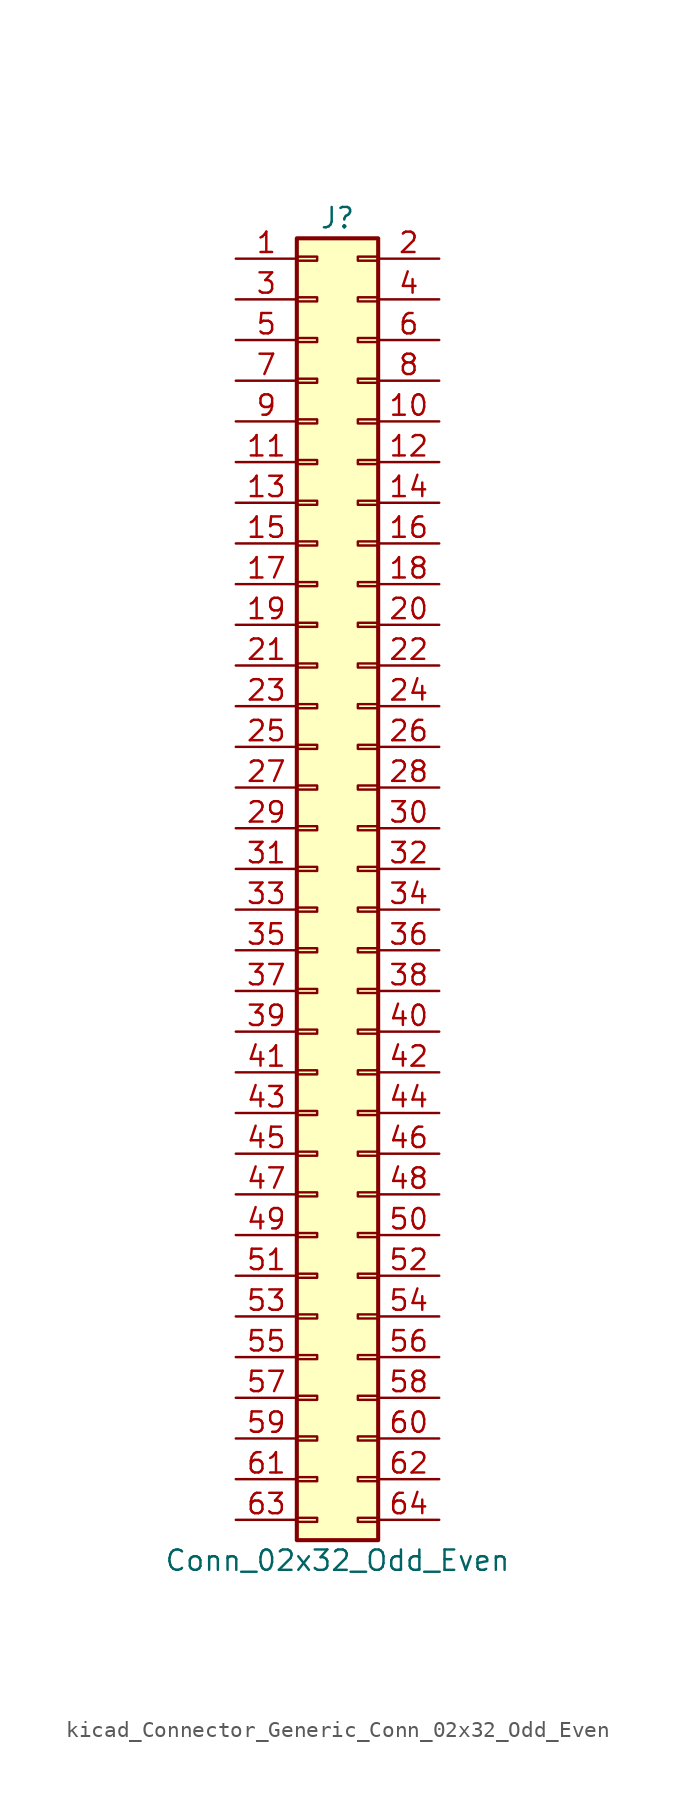
<source format=kicad_sym>
(kicad_symbol_lib
  (version 20220914)
  (generator kicad_symbol_editor)
  (symbol "kicad_Connector_Generic_Conn_02x32_Odd_Even"
    (pin_names
      (offset 1.016) hide)
    (property "Reference" "J"
      (at 1.27 40.64 0)
      (effects (font (size 1.27 1.27))))
    (property "Value" "Conn_02x32_Odd_Even"
      (at 1.27 -43.18 0)
      (effects (font (size 1.27 1.27))))
    (symbol "kicad_Connector_Generic_Conn_02x32_Odd_Even_1_1"
      (rectangle (start -1.27 -40.513) (end 0 -40.767) (stroke (width 0.152) (type default)) (fill (type none)))
      (rectangle (start -1.27 -37.973) (end 0 -38.227) (stroke (width 0.152) (type default)) (fill (type none)))
      (rectangle (start -1.27 -35.433) (end 0 -35.687) (stroke (width 0.152) (type default)) (fill (type none)))
      (rectangle (start -1.27 -32.893) (end 0 -33.147) (stroke (width 0.152) (type default)) (fill (type none)))
      (rectangle (start -1.27 -30.353) (end 0 -30.607) (stroke (width 0.152) (type default)) (fill (type none)))
      (rectangle (start -1.27 -27.813) (end 0 -28.067) (stroke (width 0.152) (type default)) (fill (type none)))
      (rectangle (start -1.27 -25.273) (end 0 -25.527) (stroke (width 0.152) (type default)) (fill (type none)))
      (rectangle (start -1.27 -22.733) (end 0 -22.987) (stroke (width 0.152) (type default)) (fill (type none)))
      (rectangle (start -1.27 -20.193) (end 0 -20.447) (stroke (width 0.152) (type default)) (fill (type none)))
      (rectangle (start -1.27 -17.653) (end 0 -17.907) (stroke (width 0.152) (type default)) (fill (type none)))
      (rectangle (start -1.27 -15.113) (end 0 -15.367) (stroke (width 0.152) (type default)) (fill (type none)))
      (rectangle (start -1.27 -12.573) (end 0 -12.827) (stroke (width 0.152) (type default)) (fill (type none)))
      (rectangle (start -1.27 -10.033) (end 0 -10.287) (stroke (width 0.152) (type default)) (fill (type none)))
      (rectangle (start -1.27 -7.493) (end 0 -7.747) (stroke (width 0.152) (type default)) (fill (type none)))
      (rectangle (start -1.27 -4.953) (end 0 -5.207) (stroke (width 0.152) (type default)) (fill (type none)))
      (rectangle (start -1.27 -2.413) (end 0 -2.667) (stroke (width 0.152) (type default)) (fill (type none)))
      (rectangle (start -1.27 0.127) (end 0 -0.127) (stroke (width 0.152) (type default)) (fill (type none)))
      (rectangle (start -1.27 2.667) (end 0 2.413) (stroke (width 0.152) (type default)) (fill (type none)))
      (rectangle (start -1.27 5.207) (end 0 4.953) (stroke (width 0.152) (type default)) (fill (type none)))
      (rectangle (start -1.27 7.747) (end 0 7.493) (stroke (width 0.152) (type default)) (fill (type none)))
      (rectangle (start -1.27 10.287) (end 0 10.033) (stroke (width 0.152) (type default)) (fill (type none)))
      (rectangle (start -1.27 12.827) (end 0 12.573) (stroke (width 0.152) (type default)) (fill (type none)))
      (rectangle (start -1.27 15.367) (end 0 15.113) (stroke (width 0.152) (type default)) (fill (type none)))
      (rectangle (start -1.27 17.907) (end 0 17.653) (stroke (width 0.152) (type default)) (fill (type none)))
      (rectangle (start -1.27 20.447) (end 0 20.193) (stroke (width 0.152) (type default)) (fill (type none)))
      (rectangle (start -1.27 22.987) (end 0 22.733) (stroke (width 0.152) (type default)) (fill (type none)))
      (rectangle (start -1.27 25.527) (end 0 25.273) (stroke (width 0.152) (type default)) (fill (type none)))
      (rectangle (start -1.27 28.067) (end 0 27.813) (stroke (width 0.152) (type default)) (fill (type none)))
      (rectangle (start -1.27 30.607) (end 0 30.353) (stroke (width 0.152) (type default)) (fill (type none)))
      (rectangle (start -1.27 33.147) (end 0 32.893) (stroke (width 0.152) (type default)) (fill (type none)))
      (rectangle (start -1.27 35.687) (end 0 35.433) (stroke (width 0.152) (type default)) (fill (type none)))
      (rectangle (start -1.27 38.227) (end 0 37.973) (stroke (width 0.152) (type default)) (fill (type none)))
      (rectangle (start -1.27 39.37) (end 3.81 -41.91) (stroke (width 0.254) (type default)) (fill (type background)))
      (rectangle (start 3.81 -40.513) (end 2.54 -40.767) (stroke (width 0.152) (type default)) (fill (type none)))
      (rectangle (start 3.81 -37.973) (end 2.54 -38.227) (stroke (width 0.152) (type default)) (fill (type none)))
      (rectangle (start 3.81 -35.433) (end 2.54 -35.687) (stroke (width 0.152) (type default)) (fill (type none)))
      (rectangle (start 3.81 -32.893) (end 2.54 -33.147) (stroke (width 0.152) (type default)) (fill (type none)))
      (rectangle (start 3.81 -30.353) (end 2.54 -30.607) (stroke (width 0.152) (type default)) (fill (type none)))
      (rectangle (start 3.81 -27.813) (end 2.54 -28.067) (stroke (width 0.152) (type default)) (fill (type none)))
      (rectangle (start 3.81 -25.273) (end 2.54 -25.527) (stroke (width 0.152) (type default)) (fill (type none)))
      (rectangle (start 3.81 -22.733) (end 2.54 -22.987) (stroke (width 0.152) (type default)) (fill (type none)))
      (rectangle (start 3.81 -20.193) (end 2.54 -20.447) (stroke (width 0.152) (type default)) (fill (type none)))
      (rectangle (start 3.81 -17.653) (end 2.54 -17.907) (stroke (width 0.152) (type default)) (fill (type none)))
      (rectangle (start 3.81 -15.113) (end 2.54 -15.367) (stroke (width 0.152) (type default)) (fill (type none)))
      (rectangle (start 3.81 -12.573) (end 2.54 -12.827) (stroke (width 0.152) (type default)) (fill (type none)))
      (rectangle (start 3.81 -10.033) (end 2.54 -10.287) (stroke (width 0.152) (type default)) (fill (type none)))
      (rectangle (start 3.81 -7.493) (end 2.54 -7.747) (stroke (width 0.152) (type default)) (fill (type none)))
      (rectangle (start 3.81 -4.953) (end 2.54 -5.207) (stroke (width 0.152) (type default)) (fill (type none)))
      (rectangle (start 3.81 -2.413) (end 2.54 -2.667) (stroke (width 0.152) (type default)) (fill (type none)))
      (rectangle (start 3.81 0.127) (end 2.54 -0.127) (stroke (width 0.152) (type default)) (fill (type none)))
      (rectangle (start 3.81 2.667) (end 2.54 2.413) (stroke (width 0.152) (type default)) (fill (type none)))
      (rectangle (start 3.81 5.207) (end 2.54 4.953) (stroke (width 0.152) (type default)) (fill (type none)))
      (rectangle (start 3.81 7.747) (end 2.54 7.493) (stroke (width 0.152) (type default)) (fill (type none)))
      (rectangle (start 3.81 10.287) (end 2.54 10.033) (stroke (width 0.152) (type default)) (fill (type none)))
      (rectangle (start 3.81 12.827) (end 2.54 12.573) (stroke (width 0.152) (type default)) (fill (type none)))
      (rectangle (start 3.81 15.367) (end 2.54 15.113) (stroke (width 0.152) (type default)) (fill (type none)))
      (rectangle (start 3.81 17.907) (end 2.54 17.653) (stroke (width 0.152) (type default)) (fill (type none)))
      (rectangle (start 3.81 20.447) (end 2.54 20.193) (stroke (width 0.152) (type default)) (fill (type none)))
      (rectangle (start 3.81 22.987) (end 2.54 22.733) (stroke (width 0.152) (type default)) (fill (type none)))
      (rectangle (start 3.81 25.527) (end 2.54 25.273) (stroke (width 0.152) (type default)) (fill (type none)))
      (rectangle (start 3.81 28.067) (end 2.54 27.813) (stroke (width 0.152) (type default)) (fill (type none)))
      (rectangle (start 3.81 30.607) (end 2.54 30.353) (stroke (width 0.152) (type default)) (fill (type none)))
      (rectangle (start 3.81 33.147) (end 2.54 32.893) (stroke (width 0.152) (type default)) (fill (type none)))
      (rectangle (start 3.81 35.687) (end 2.54 35.433) (stroke (width 0.152) (type default)) (fill (type none)))
      (rectangle (start 3.81 38.227) (end 2.54 37.973) (stroke (width 0.152) (type default)) (fill (type none)))
      (pin passive line (at -5.08 38.1 0) (length 3.81) (name "Pin_1" (effects (font (size 1.27 1.27)))) (number "1" (effects (font (size 1.27 1.27)))))
      (pin passive line (at 7.62 27.94 180) (length 3.81) (name "Pin_10" (effects (font (size 1.27 1.27)))) (number "10" (effects (font (size 1.27 1.27)))))
      (pin passive line (at -5.08 25.4 0) (length 3.81) (name "Pin_11" (effects (font (size 1.27 1.27)))) (number "11" (effects (font (size 1.27 1.27)))))
      (pin passive line (at 7.62 25.4 180) (length 3.81) (name "Pin_12" (effects (font (size 1.27 1.27)))) (number "12" (effects (font (size 1.27 1.27)))))
      (pin passive line (at -5.08 22.86 0) (length 3.81) (name "Pin_13" (effects (font (size 1.27 1.27)))) (number "13" (effects (font (size 1.27 1.27)))))
      (pin passive line (at 7.62 22.86 180) (length 3.81) (name "Pin_14" (effects (font (size 1.27 1.27)))) (number "14" (effects (font (size 1.27 1.27)))))
      (pin passive line (at -5.08 20.32 0) (length 3.81) (name "Pin_15" (effects (font (size 1.27 1.27)))) (number "15" (effects (font (size 1.27 1.27)))))
      (pin passive line (at 7.62 20.32 180) (length 3.81) (name "Pin_16" (effects (font (size 1.27 1.27)))) (number "16" (effects (font (size 1.27 1.27)))))
      (pin passive line (at -5.08 17.78 0) (length 3.81) (name "Pin_17" (effects (font (size 1.27 1.27)))) (number "17" (effects (font (size 1.27 1.27)))))
      (pin passive line (at 7.62 17.78 180) (length 3.81) (name "Pin_18" (effects (font (size 1.27 1.27)))) (number "18" (effects (font (size 1.27 1.27)))))
      (pin passive line (at -5.08 15.24 0) (length 3.81) (name "Pin_19" (effects (font (size 1.27 1.27)))) (number "19" (effects (font (size 1.27 1.27)))))
      (pin passive line (at 7.62 38.1 180) (length 3.81) (name "Pin_2" (effects (font (size 1.27 1.27)))) (number "2" (effects (font (size 1.27 1.27)))))
      (pin passive line (at 7.62 15.24 180) (length 3.81) (name "Pin_20" (effects (font (size 1.27 1.27)))) (number "20" (effects (font (size 1.27 1.27)))))
      (pin passive line (at -5.08 12.7 0) (length 3.81) (name "Pin_21" (effects (font (size 1.27 1.27)))) (number "21" (effects (font (size 1.27 1.27)))))
      (pin passive line (at 7.62 12.7 180) (length 3.81) (name "Pin_22" (effects (font (size 1.27 1.27)))) (number "22" (effects (font (size 1.27 1.27)))))
      (pin passive line (at -5.08 10.16 0) (length 3.81) (name "Pin_23" (effects (font (size 1.27 1.27)))) (number "23" (effects (font (size 1.27 1.27)))))
      (pin passive line (at 7.62 10.16 180) (length 3.81) (name "Pin_24" (effects (font (size 1.27 1.27)))) (number "24" (effects (font (size 1.27 1.27)))))
      (pin passive line (at -5.08 7.62 0) (length 3.81) (name "Pin_25" (effects (font (size 1.27 1.27)))) (number "25" (effects (font (size 1.27 1.27)))))
      (pin passive line (at 7.62 7.62 180) (length 3.81) (name "Pin_26" (effects (font (size 1.27 1.27)))) (number "26" (effects (font (size 1.27 1.27)))))
      (pin passive line (at -5.08 5.08 0) (length 3.81) (name "Pin_27" (effects (font (size 1.27 1.27)))) (number "27" (effects (font (size 1.27 1.27)))))
      (pin passive line (at 7.62 5.08 180) (length 3.81) (name "Pin_28" (effects (font (size 1.27 1.27)))) (number "28" (effects (font (size 1.27 1.27)))))
      (pin passive line (at -5.08 2.54 0) (length 3.81) (name "Pin_29" (effects (font (size 1.27 1.27)))) (number "29" (effects (font (size 1.27 1.27)))))
      (pin passive line (at -5.08 35.56 0) (length 3.81) (name "Pin_3" (effects (font (size 1.27 1.27)))) (number "3" (effects (font (size 1.27 1.27)))))
      (pin passive line (at 7.62 2.54 180) (length 3.81) (name "Pin_30" (effects (font (size 1.27 1.27)))) (number "30" (effects (font (size 1.27 1.27)))))
      (pin passive line (at -5.08 0 0) (length 3.81) (name "Pin_31" (effects (font (size 1.27 1.27)))) (number "31" (effects (font (size 1.27 1.27)))))
      (pin passive line (at 7.62 0 180) (length 3.81) (name "Pin_32" (effects (font (size 1.27 1.27)))) (number "32" (effects (font (size 1.27 1.27)))))
      (pin passive line (at -5.08 -2.54 0) (length 3.81) (name "Pin_33" (effects (font (size 1.27 1.27)))) (number "33" (effects (font (size 1.27 1.27)))))
      (pin passive line (at 7.62 -2.54 180) (length 3.81) (name "Pin_34" (effects (font (size 1.27 1.27)))) (number "34" (effects (font (size 1.27 1.27)))))
      (pin passive line (at -5.08 -5.08 0) (length 3.81) (name "Pin_35" (effects (font (size 1.27 1.27)))) (number "35" (effects (font (size 1.27 1.27)))))
      (pin passive line (at 7.62 -5.08 180) (length 3.81) (name "Pin_36" (effects (font (size 1.27 1.27)))) (number "36" (effects (font (size 1.27 1.27)))))
      (pin passive line (at -5.08 -7.62 0) (length 3.81) (name "Pin_37" (effects (font (size 1.27 1.27)))) (number "37" (effects (font (size 1.27 1.27)))))
      (pin passive line (at 7.62 -7.62 180) (length 3.81) (name "Pin_38" (effects (font (size 1.27 1.27)))) (number "38" (effects (font (size 1.27 1.27)))))
      (pin passive line (at -5.08 -10.16 0) (length 3.81) (name "Pin_39" (effects (font (size 1.27 1.27)))) (number "39" (effects (font (size 1.27 1.27)))))
      (pin passive line (at 7.62 35.56 180) (length 3.81) (name "Pin_4" (effects (font (size 1.27 1.27)))) (number "4" (effects (font (size 1.27 1.27)))))
      (pin passive line (at 7.62 -10.16 180) (length 3.81) (name "Pin_40" (effects (font (size 1.27 1.27)))) (number "40" (effects (font (size 1.27 1.27)))))
      (pin passive line (at -5.08 -12.7 0) (length 3.81) (name "Pin_41" (effects (font (size 1.27 1.27)))) (number "41" (effects (font (size 1.27 1.27)))))
      (pin passive line (at 7.62 -12.7 180) (length 3.81) (name "Pin_42" (effects (font (size 1.27 1.27)))) (number "42" (effects (font (size 1.27 1.27)))))
      (pin passive line (at -5.08 -15.24 0) (length 3.81) (name "Pin_43" (effects (font (size 1.27 1.27)))) (number "43" (effects (font (size 1.27 1.27)))))
      (pin passive line (at 7.62 -15.24 180) (length 3.81) (name "Pin_44" (effects (font (size 1.27 1.27)))) (number "44" (effects (font (size 1.27 1.27)))))
      (pin passive line (at -5.08 -17.78 0) (length 3.81) (name "Pin_45" (effects (font (size 1.27 1.27)))) (number "45" (effects (font (size 1.27 1.27)))))
      (pin passive line (at 7.62 -17.78 180) (length 3.81) (name "Pin_46" (effects (font (size 1.27 1.27)))) (number "46" (effects (font (size 1.27 1.27)))))
      (pin passive line (at -5.08 -20.32 0) (length 3.81) (name "Pin_47" (effects (font (size 1.27 1.27)))) (number "47" (effects (font (size 1.27 1.27)))))
      (pin passive line (at 7.62 -20.32 180) (length 3.81) (name "Pin_48" (effects (font (size 1.27 1.27)))) (number "48" (effects (font (size 1.27 1.27)))))
      (pin passive line (at -5.08 -22.86 0) (length 3.81) (name "Pin_49" (effects (font (size 1.27 1.27)))) (number "49" (effects (font (size 1.27 1.27)))))
      (pin passive line (at -5.08 33.02 0) (length 3.81) (name "Pin_5" (effects (font (size 1.27 1.27)))) (number "5" (effects (font (size 1.27 1.27)))))
      (pin passive line (at 7.62 -22.86 180) (length 3.81) (name "Pin_50" (effects (font (size 1.27 1.27)))) (number "50" (effects (font (size 1.27 1.27)))))
      (pin passive line (at -5.08 -25.4 0) (length 3.81) (name "Pin_51" (effects (font (size 1.27 1.27)))) (number "51" (effects (font (size 1.27 1.27)))))
      (pin passive line (at 7.62 -25.4 180) (length 3.81) (name "Pin_52" (effects (font (size 1.27 1.27)))) (number "52" (effects (font (size 1.27 1.27)))))
      (pin passive line (at -5.08 -27.94 0) (length 3.81) (name "Pin_53" (effects (font (size 1.27 1.27)))) (number "53" (effects (font (size 1.27 1.27)))))
      (pin passive line (at 7.62 -27.94 180) (length 3.81) (name "Pin_54" (effects (font (size 1.27 1.27)))) (number "54" (effects (font (size 1.27 1.27)))))
      (pin passive line (at -5.08 -30.48 0) (length 3.81) (name "Pin_55" (effects (font (size 1.27 1.27)))) (number "55" (effects (font (size 1.27 1.27)))))
      (pin passive line (at 7.62 -30.48 180) (length 3.81) (name "Pin_56" (effects (font (size 1.27 1.27)))) (number "56" (effects (font (size 1.27 1.27)))))
      (pin passive line (at -5.08 -33.02 0) (length 3.81) (name "Pin_57" (effects (font (size 1.27 1.27)))) (number "57" (effects (font (size 1.27 1.27)))))
      (pin passive line (at 7.62 -33.02 180) (length 3.81) (name "Pin_58" (effects (font (size 1.27 1.27)))) (number "58" (effects (font (size 1.27 1.27)))))
      (pin passive line (at -5.08 -35.56 0) (length 3.81) (name "Pin_59" (effects (font (size 1.27 1.27)))) (number "59" (effects (font (size 1.27 1.27)))))
      (pin passive line (at 7.62 33.02 180) (length 3.81) (name "Pin_6" (effects (font (size 1.27 1.27)))) (number "6" (effects (font (size 1.27 1.27)))))
      (pin passive line (at 7.62 -35.56 180) (length 3.81) (name "Pin_60" (effects (font (size 1.27 1.27)))) (number "60" (effects (font (size 1.27 1.27)))))
      (pin passive line (at -5.08 -38.1 0) (length 3.81) (name "Pin_61" (effects (font (size 1.27 1.27)))) (number "61" (effects (font (size 1.27 1.27)))))
      (pin passive line (at 7.62 -38.1 180) (length 3.81) (name "Pin_62" (effects (font (size 1.27 1.27)))) (number "62" (effects (font (size 1.27 1.27)))))
      (pin passive line (at -5.08 -40.64 0) (length 3.81) (name "Pin_63" (effects (font (size 1.27 1.27)))) (number "63" (effects (font (size 1.27 1.27)))))
      (pin passive line (at 7.62 -40.64 180) (length 3.81) (name "Pin_64" (effects (font (size 1.27 1.27)))) (number "64" (effects (font (size 1.27 1.27)))))
      (pin passive line (at -5.08 30.48 0) (length 3.81) (name "Pin_7" (effects (font (size 1.27 1.27)))) (number "7" (effects (font (size 1.27 1.27)))))
      (pin passive line (at 7.62 30.48 180) (length 3.81) (name "Pin_8" (effects (font (size 1.27 1.27)))) (number "8" (effects (font (size 1.27 1.27)))))
      (pin passive line (at -5.08 27.94 0) (length 3.81) (name "Pin_9" (effects (font (size 1.27 1.27)))) (number "9" (effects (font (size 1.27 1.27))))))))
</source>
